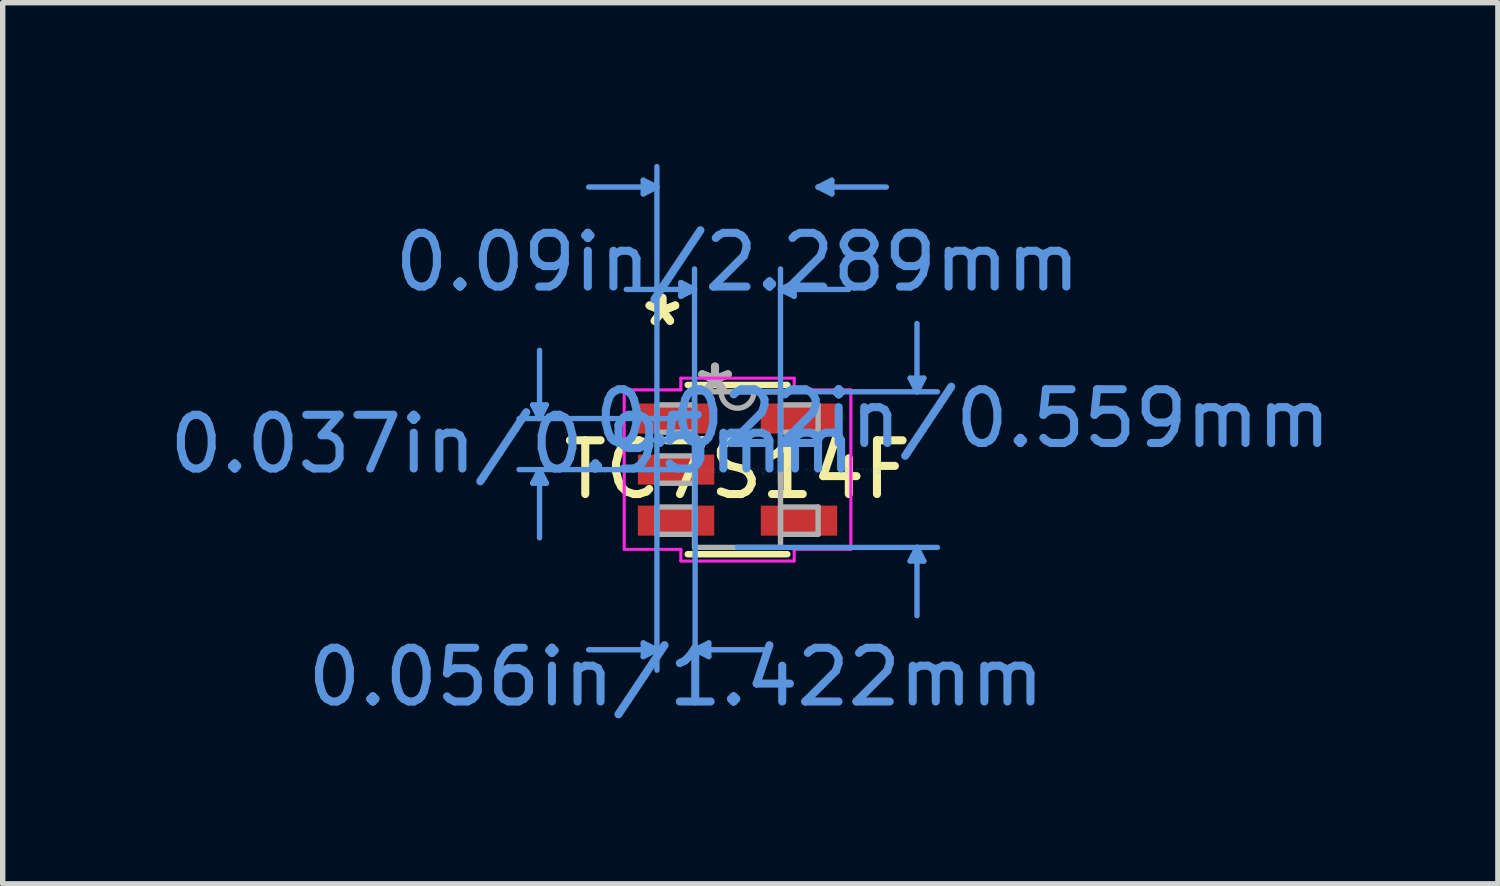
<source format=kicad_pcb>
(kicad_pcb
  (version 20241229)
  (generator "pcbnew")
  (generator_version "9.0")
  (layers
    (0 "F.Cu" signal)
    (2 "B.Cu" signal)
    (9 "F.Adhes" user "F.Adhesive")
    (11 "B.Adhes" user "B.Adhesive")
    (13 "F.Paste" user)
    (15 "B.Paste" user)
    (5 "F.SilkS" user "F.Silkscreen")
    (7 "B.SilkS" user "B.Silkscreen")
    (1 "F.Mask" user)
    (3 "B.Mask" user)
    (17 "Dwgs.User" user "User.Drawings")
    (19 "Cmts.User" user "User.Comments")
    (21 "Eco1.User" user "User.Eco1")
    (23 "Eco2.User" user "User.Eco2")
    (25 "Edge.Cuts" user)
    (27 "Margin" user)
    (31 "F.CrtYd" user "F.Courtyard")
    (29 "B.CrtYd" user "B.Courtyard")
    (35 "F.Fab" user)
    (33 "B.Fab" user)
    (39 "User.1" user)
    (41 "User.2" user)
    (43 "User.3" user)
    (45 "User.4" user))
  (footprint "TC7S14F"
    (layer "F.Cu")
    (at 10.675 5.689)
    (property "Reference" "TC7S14F" (at 0 0 0) (layer "F.SilkS") (effects (font (size 1 1) (thickness 0.15))))
    (attr through_hole)
    (fp_line (start -0.927 1.575) (end 0.927 1.575) (stroke (width 0.12) (type solid)) (layer "F.SilkS"))
    (fp_line (start 0.927 -1.575) (end -0.927 -1.575) (stroke (width 0.12) (type solid)) (layer "F.SilkS"))
    (fp_line (start -3.811 -1.204) (end -3.557 -1.204) (stroke (width 0.1) (type solid)) (layer "Cmts.User"))
    (fp_line (start -3.811 0.254) (end -3.557 0.254) (stroke (width 0.1) (type solid)) (layer "Cmts.User"))
    (fp_line (start -3.684 -0.95) (end -3.811 -1.204) (stroke (width 0.1) (type solid)) (layer "Cmts.User"))
    (fp_line (start -3.684 -0.95) (end -3.684 -2.22) (stroke (width 0.1) (type solid)) (layer "Cmts.User"))
    (fp_line (start -3.684 -0.95) (end -3.557 -1.204) (stroke (width 0.1) (type solid)) (layer "Cmts.User"))
    (fp_line (start -3.684 0) (end -3.811 0.254) (stroke (width 0.1) (type solid)) (layer "Cmts.User"))
    (fp_line (start -3.684 0) (end -3.684 1.27) (stroke (width 0.1) (type solid)) (layer "Cmts.User"))
    (fp_line (start -3.684 0) (end -3.557 0.254) (stroke (width 0.1) (type solid)) (layer "Cmts.User"))
    (fp_line (start -1.754 -5.385) (end -1.754 -5.131) (stroke (width 0.1) (type solid)) (layer "Cmts.User"))
    (fp_line (start -1.754 3.226) (end -1.754 3.48) (stroke (width 0.1) (type solid)) (layer "Cmts.User"))
    (fp_line (start -1.5 -5.258) (end -2.77 -5.258) (stroke (width 0.1) (type solid)) (layer "Cmts.User"))
    (fp_line (start -1.5 -5.258) (end -1.754 -5.385) (stroke (width 0.1) (type solid)) (layer "Cmts.User"))
    (fp_line (start -1.5 -5.258) (end -1.754 -5.131) (stroke (width 0.1) (type solid)) (layer "Cmts.User"))
    (fp_line (start -1.5 0) (end -1.5 -5.639) (stroke (width 0.1) (type solid)) (layer "Cmts.User"))
    (fp_line (start -1.5 0) (end -1.5 3.734) (stroke (width 0.1) (type solid)) (layer "Cmts.User"))
    (fp_line (start -1.5 3.353) (end -2.77 3.353) (stroke (width 0.1) (type solid)) (layer "Cmts.User"))
    (fp_line (start -1.5 3.353) (end -1.754 3.226) (stroke (width 0.1) (type solid)) (layer "Cmts.User"))
    (fp_line (start -1.5 3.353) (end -1.754 3.48) (stroke (width 0.1) (type solid)) (layer "Cmts.User"))
    (fp_line (start -1.144 -0.95) (end -4.065 -0.95) (stroke (width 0.1) (type solid)) (layer "Cmts.User"))
    (fp_line (start -1.144 0) (end -4.065 0) (stroke (width 0.1) (type solid)) (layer "Cmts.User"))
    (fp_line (start -1.054 -3.48) (end -1.054 -3.226) (stroke (width 0.1) (type solid)) (layer "Cmts.User"))
    (fp_line (start -0.8 -3.353) (end -2.07 -3.353) (stroke (width 0.1) (type solid)) (layer "Cmts.User"))
    (fp_line (start -0.8 -3.353) (end -1.054 -3.48) (stroke (width 0.1) (type solid)) (layer "Cmts.User"))
    (fp_line (start -0.8 -3.353) (end -1.054 -3.226) (stroke (width 0.1) (type solid)) (layer "Cmts.User"))
    (fp_line (start -0.8 0) (end -0.8 -3.734) (stroke (width 0.1) (type solid)) (layer "Cmts.User"))
    (fp_line (start -0.789 0) (end -0.789 3.734) (stroke (width 0.1) (type solid)) (layer "Cmts.User"))
    (fp_line (start -0.789 3.353) (end -0.535 3.226) (stroke (width 0.1) (type solid)) (layer "Cmts.User"))
    (fp_line (start -0.789 3.353) (end -0.535 3.48) (stroke (width 0.1) (type solid)) (layer "Cmts.User"))
    (fp_line (start -0.789 3.353) (end 0.481 3.353) (stroke (width 0.1) (type solid)) (layer "Cmts.User"))
    (fp_line (start -0.535 3.226) (end -0.535 3.48) (stroke (width 0.1) (type solid)) (layer "Cmts.User"))
    (fp_line (start 0 -1.448) (end 3.721 -1.448) (stroke (width 0.1) (type solid)) (layer "Cmts.User"))
    (fp_line (start 0 1.448) (end 3.721 1.448) (stroke (width 0.1) (type solid)) (layer "Cmts.User"))
    (fp_line (start 0.8 -3.353) (end 1.054 -3.48) (stroke (width 0.1) (type solid)) (layer "Cmts.User"))
    (fp_line (start 0.8 -3.353) (end 1.054 -3.226) (stroke (width 0.1) (type solid)) (layer "Cmts.User"))
    (fp_line (start 0.8 -3.353) (end 2.07 -3.353) (stroke (width 0.1) (type solid)) (layer "Cmts.User"))
    (fp_line (start 0.8 0) (end 0.8 -3.734) (stroke (width 0.1) (type solid)) (layer "Cmts.User"))
    (fp_line (start 1.054 -3.48) (end 1.054 -3.226) (stroke (width 0.1) (type solid)) (layer "Cmts.User"))
    (fp_line (start 1.5 -5.258) (end 1.754 -5.385) (stroke (width 0.1) (type solid)) (layer "Cmts.User"))
    (fp_line (start 1.5 -5.258) (end 1.754 -5.131) (stroke (width 0.1) (type solid)) (layer "Cmts.User"))
    (fp_line (start 1.5 -5.258) (end 2.77 -5.258) (stroke (width 0.1) (type solid)) (layer "Cmts.User"))
    (fp_line (start 1.754 -5.385) (end 1.754 -5.131) (stroke (width 0.1) (type solid)) (layer "Cmts.User"))
    (fp_line (start 3.213 -1.702) (end 3.467 -1.702) (stroke (width 0.1) (type solid)) (layer "Cmts.User"))
    (fp_line (start 3.213 1.702) (end 3.467 1.702) (stroke (width 0.1) (type solid)) (layer "Cmts.User"))
    (fp_line (start 3.34 -1.448) (end 3.213 -1.702) (stroke (width 0.1) (type solid)) (layer "Cmts.User"))
    (fp_line (start 3.34 -1.448) (end 3.34 -2.718) (stroke (width 0.1) (type solid)) (layer "Cmts.User"))
    (fp_line (start 3.34 -1.448) (end 3.467 -1.702) (stroke (width 0.1) (type solid)) (layer "Cmts.User"))
    (fp_line (start 3.34 1.448) (end 3.213 1.702) (stroke (width 0.1) (type solid)) (layer "Cmts.User"))
    (fp_line (start 3.34 1.448) (end 3.34 2.718) (stroke (width 0.1) (type solid)) (layer "Cmts.User"))
    (fp_line (start 3.34 1.448) (end 3.467 1.702) (stroke (width 0.1) (type solid)) (layer "Cmts.User"))
    (fp_line (start -2.11 -1.483) (end -1.054 -1.483) (stroke (width 0.05) (type solid)) (layer "F.CrtYd"))
    (fp_line (start -2.11 -1.483) (end -1.054 -1.483) (stroke (width 0.05) (type solid)) (layer "F.CrtYd"))
    (fp_line (start -2.11 1.483) (end -2.11 -1.483) (stroke (width 0.05) (type solid)) (layer "F.CrtYd"))
    (fp_line (start -2.11 1.483) (end -2.11 -1.483) (stroke (width 0.05) (type solid)) (layer "F.CrtYd"))
    (fp_line (start -2.11 1.483) (end -1.054 1.483) (stroke (width 0.05) (type solid)) (layer "F.CrtYd"))
    (fp_line (start -1.054 -1.702) (end 1.054 -1.702) (stroke (width 0.05) (type solid)) (layer "F.CrtYd"))
    (fp_line (start -1.054 -1.702) (end 1.054 -1.702) (stroke (width 0.05) (type solid)) (layer "F.CrtYd"))
    (fp_line (start -1.054 -1.483) (end -1.054 -1.702) (stroke (width 0.05) (type solid)) (layer "F.CrtYd"))
    (fp_line (start -1.054 -1.483) (end -1.054 -1.702) (stroke (width 0.05) (type solid)) (layer "F.CrtYd"))
    (fp_line (start -1.054 1.483) (end -2.11 1.483) (stroke (width 0.05) (type solid)) (layer "F.CrtYd"))
    (fp_line (start -1.054 1.702) (end -1.054 1.483) (stroke (width 0.05) (type solid)) (layer "F.CrtYd"))
    (fp_line (start -1.054 1.702) (end -1.054 1.483) (stroke (width 0.05) (type solid)) (layer "F.CrtYd"))
    (fp_line (start 1.054 -1.702) (end 1.054 -1.483) (stroke (width 0.05) (type solid)) (layer "F.CrtYd"))
    (fp_line (start 1.054 -1.702) (end 1.054 -1.483) (stroke (width 0.05) (type solid)) (layer "F.CrtYd"))
    (fp_line (start 1.054 -1.483) (end 2.11 -1.483) (stroke (width 0.05) (type solid)) (layer "F.CrtYd"))
    (fp_line (start 1.054 1.483) (end 1.054 1.702) (stroke (width 0.05) (type solid)) (layer "F.CrtYd"))
    (fp_line (start 1.054 1.483) (end 1.054 1.702) (stroke (width 0.05) (type solid)) (layer "F.CrtYd"))
    (fp_line (start 1.054 1.702) (end -1.054 1.702) (stroke (width 0.05) (type solid)) (layer "F.CrtYd"))
    (fp_line (start 1.054 1.702) (end -1.054 1.702) (stroke (width 0.05) (type solid)) (layer "F.CrtYd"))
    (fp_line (start 2.11 -1.483) (end 1.054 -1.483) (stroke (width 0.05) (type solid)) (layer "F.CrtYd"))
    (fp_line (start 2.11 -1.483) (end 2.11 1.483) (stroke (width 0.05) (type solid)) (layer "F.CrtYd"))
    (fp_line (start 2.11 -1.483) (end 2.11 1.483) (stroke (width 0.05) (type solid)) (layer "F.CrtYd"))
    (fp_line (start 2.11 1.483) (end 1.054 1.483) (stroke (width 0.05) (type solid)) (layer "F.CrtYd"))
    (fp_line (start 2.11 1.483) (end 1.054 1.483) (stroke (width 0.05) (type solid)) (layer "F.CrtYd"))
    (fp_line (start -1.5 -1.204) (end -1.5 -0.696) (stroke (width 0.1) (type solid)) (layer "F.Fab"))
    (fp_line (start -1.5 -0.696) (end -0.8 -0.696) (stroke (width 0.1) (type solid)) (layer "F.Fab"))
    (fp_line (start -1.5 -0.254) (end -1.5 0.254) (stroke (width 0.1) (type solid)) (layer "F.Fab"))
    (fp_line (start -1.5 0.254) (end -0.8 0.254) (stroke (width 0.1) (type solid)) (layer "F.Fab"))
    (fp_line (start -1.5 0.696) (end -1.5 1.204) (stroke (width 0.1) (type solid)) (layer "F.Fab"))
    (fp_line (start -1.5 1.204) (end -0.8 1.204) (stroke (width 0.1) (type solid)) (layer "F.Fab"))
    (fp_line (start -0.8 -1.448) (end -0.8 1.448) (stroke (width 0.1) (type solid)) (layer "F.Fab"))
    (fp_line (start -0.8 -1.204) (end -1.5 -1.204) (stroke (width 0.1) (type solid)) (layer "F.Fab"))
    (fp_line (start -0.8 -0.696) (end -0.8 -1.204) (stroke (width 0.1) (type solid)) (layer "F.Fab"))
    (fp_line (start -0.8 -0.254) (end -1.5 -0.254) (stroke (width 0.1) (type solid)) (layer "F.Fab"))
    (fp_line (start -0.8 0.254) (end -0.8 -0.254) (stroke (width 0.1) (type solid)) (layer "F.Fab"))
    (fp_line (start -0.8 0.696) (end -1.5 0.696) (stroke (width 0.1) (type solid)) (layer "F.Fab"))
    (fp_line (start -0.8 1.204) (end -0.8 0.696) (stroke (width 0.1) (type solid)) (layer "F.Fab"))
    (fp_line (start -0.8 1.448) (end 0.8 1.448) (stroke (width 0.1) (type solid)) (layer "F.Fab"))
    (fp_line (start 0.8 -1.448) (end -0.8 -1.448) (stroke (width 0.1) (type solid)) (layer "F.Fab"))
    (fp_line (start 0.8 -1.204) (end 0.8 -0.696) (stroke (width 0.1) (type solid)) (layer "F.Fab"))
    (fp_line (start 0.8 -0.696) (end 1.5 -0.696) (stroke (width 0.1) (type solid)) (layer "F.Fab"))
    (fp_line (start 0.8 -0.254) (end 0.8 0.254) (stroke (width 0.1) (type solid)) (layer "F.Fab"))
    (fp_line (start 0.8 0.696) (end 0.8 1.204) (stroke (width 0.1) (type solid)) (layer "F.Fab"))
    (fp_line (start 0.8 1.204) (end 1.5 1.204) (stroke (width 0.1) (type solid)) (layer "F.Fab"))
    (fp_line (start 0.8 1.448) (end 0.8 -1.448) (stroke (width 0.1) (type solid)) (layer "F.Fab"))
    (fp_line (start 1.5 -1.204) (end 0.8 -1.204) (stroke (width 0.1) (type solid)) (layer "F.Fab"))
    (fp_line (start 1.5 -0.696) (end 1.5 -1.204) (stroke (width 0.1) (type solid)) (layer "F.Fab"))
    (fp_line (start 1.5 0.696) (end 0.8 0.696) (stroke (width 0.1) (type solid)) (layer "F.Fab"))
    (fp_line (start 1.5 1.204) (end 1.5 0.696) (stroke (width 0.1) (type solid)) (layer "F.Fab"))
    (fp_arc (start 0.3048 -1.4478) (mid 0 -1.143) (end -0.3048 -1.4478) (stroke (width 0.1) (type solid)) (layer "F.Fab"))
    (fp_text user "*" (at -1.398 -2.652 0) (layer "F.SilkS") (effects (font (size 1 1) (thickness 0.15))))
    (fp_text user "*" (at -1.398 -2.652 0) (layer "F.SilkS") (effects (font (size 1 1) (thickness 0.15))))
    (fp_text user "0.037in/0.95mm" (at -4.192 -0.475 0) (layer "Cmts.User") (effects (font (size 1 1) (thickness 0.15))))
    (fp_text user "0.09in/2.289mm" (at 0 -3.861 0) (layer "Cmts.User") (effects (font (size 1 1) (thickness 0.15))))
    (fp_text user "Copyright 2021 Accelerated Designs. All rights reserved." (at 0 0 0) (layer "Cmts.User") (effects (font (size 0.127 0.127) (thickness 0.002))))
    (fp_text user "0.056in/1.422mm" (at -1.144 3.861 0) (layer "Cmts.User") (effects (font (size 1 1) (thickness 0.15))))
    (fp_text user "0.022in/0.559mm" (at 4.192 -0.95 0) (layer "Cmts.User") (effects (font (size 1 1) (thickness 0.15))))
    (fp_text user "*" (at -0.419 -1.372 0) (layer "F.Fab") (effects (font (size 1 1) (thickness 0.15))))
    (fp_text user "*" (at -0.419 -1.372 0) (layer "F.Fab") (effects (font (size 1 1) (thickness 0.15))))
    (pad "1" smd rect (at -1.144 -0.95) (size 1.422 0.559) (layers "F.Cu" "F.Mask" "F.Paste"))
    (pad "2" smd rect (at -1.144 0) (size 1.422 0.559) (layers "F.Cu" "F.Mask" "F.Paste"))
    (pad "3" smd rect (at -1.144 0.95) (size 1.422 0.559) (layers "F.Cu" "F.Mask" "F.Paste"))
    (pad "4" smd rect (at 1.144 0.95) (size 1.422 0.559) (layers "F.Cu" "F.Mask" "F.Paste"))
    (pad "5" smd rect (at 1.144 -0.95) (size 1.422 0.559) (layers "F.Cu" "F.Mask" "F.Paste")))
  (gr_rect
    (start -3 -3)
    (end 24.825 13.398)
    (stroke (width 0.1) (type default))
    (fill no)
    (layer "Edge.Cuts")))
</source>
